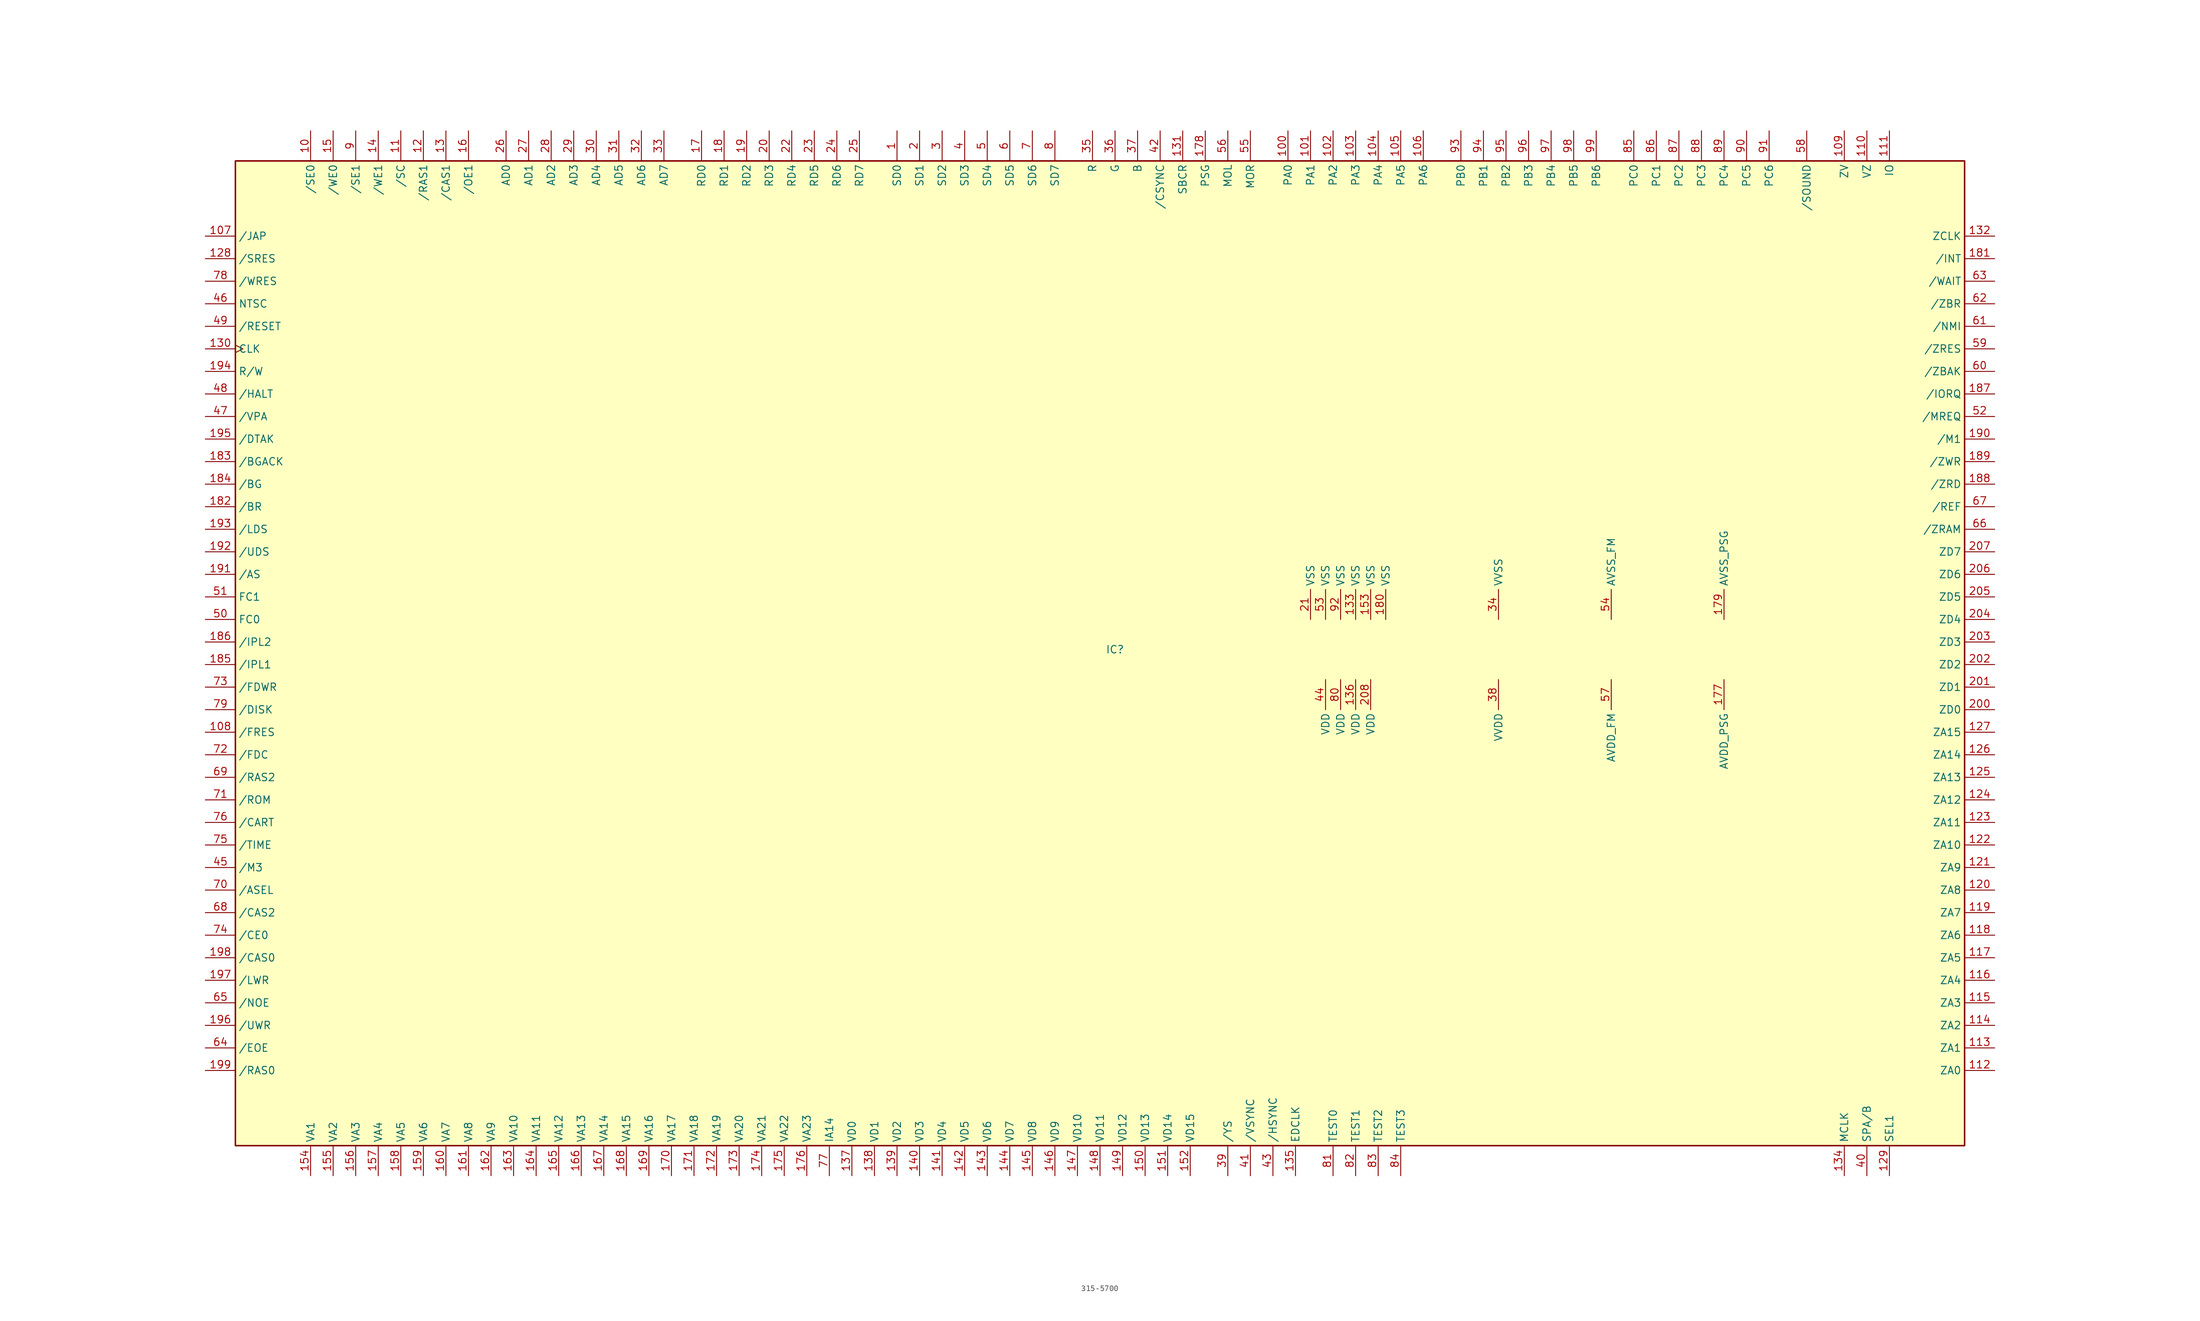
<source format=kicad_sym>
(kicad_symbol_lib
  (version 20241209)
  (generator "kicad_symbol_editor")
  (generator_version "9.0")
  (symbol "315-5700"
    (property "Reference" "IC"
      (at 0 0 0)
      (effects (font (size 1.27 1.27))))
    (property "Value" ""
      (at 0 0 0)
      (effects (font (size 1.27 1.27))))
    (symbol "315-5700_0_1"
      (rectangle (start -148.59 82.55) (end 143.51 -83.82) (stroke (width 0.254) (type default)) (fill (type background))))
    (symbol "315-5700_1_1"
      (pin bidirectional line (at -153.67 69.85 0) (length 5.08) (name "/JAP" (effects (font (size 1.27 1.27)))) (number "107" (effects (font (size 1.27 1.27)))))
      (pin input line (at -153.67 66.04 0) (length 5.08) (name "/SRES" (effects (font (size 1.27 1.27)))) (number "128" (effects (font (size 1.27 1.27)))))
      (pin input line (at -153.67 62.23 0) (length 5.08) (name "/WRES" (effects (font (size 1.27 1.27)))) (number "78" (effects (font (size 1.27 1.27)))))
      (pin input line (at -153.67 58.42 0) (length 5.08) (name "NTSC" (effects (font (size 1.27 1.27)))) (number "46" (effects (font (size 1.27 1.27)))))
      (pin open_collector line (at -153.67 54.61 0) (length 5.08) (name "/RESET" (effects (font (size 1.27 1.27)))) (number "49" (effects (font (size 1.27 1.27)))))
      (pin bidirectional clock (at -153.67 50.8 0) (length 5.08) (name "CLK" (effects (font (size 1.27 1.27)))) (number "130" (effects (font (size 1.27 1.27)))))
      (pin bidirectional line (at -153.67 46.99 0) (length 5.08) (name "R/W" (effects (font (size 1.27 1.27)))) (number "194" (effects (font (size 1.27 1.27)))))
      (pin output line (at -153.67 43.18 0) (length 5.08) (name "/HALT" (effects (font (size 1.27 1.27)))) (number "48" (effects (font (size 1.27 1.27)))))
      (pin output line (at -153.67 39.37 0) (length 5.08) (name "/VPA" (effects (font (size 1.27 1.27)))) (number "47" (effects (font (size 1.27 1.27)))))
      (pin bidirectional line (at -153.67 35.56 0) (length 5.08) (name "/DTAK" (effects (font (size 1.27 1.27)))) (number "195" (effects (font (size 1.27 1.27)))))
      (pin bidirectional line (at -153.67 31.75 0) (length 5.08) (name "/BGACK" (effects (font (size 1.27 1.27)))) (number "183" (effects (font (size 1.27 1.27)))))
      (pin input line (at -153.67 27.94 0) (length 5.08) (name "/BG" (effects (font (size 1.27 1.27)))) (number "184" (effects (font (size 1.27 1.27)))))
      (pin output line (at -153.67 24.13 0) (length 5.08) (name "/BR" (effects (font (size 1.27 1.27)))) (number "182" (effects (font (size 1.27 1.27)))))
      (pin bidirectional line (at -153.67 20.32 0) (length 5.08) (name "/LDS" (effects (font (size 1.27 1.27)))) (number "193" (effects (font (size 1.27 1.27)))))
      (pin bidirectional line (at -153.67 16.51 0) (length 5.08) (name "/UDS" (effects (font (size 1.27 1.27)))) (number "192" (effects (font (size 1.27 1.27)))))
      (pin bidirectional line (at -153.67 12.7 0) (length 5.08) (name "/AS" (effects (font (size 1.27 1.27)))) (number "191" (effects (font (size 1.27 1.27)))))
      (pin input line (at -153.67 8.89 0) (length 5.08) (name "FC1" (effects (font (size 1.27 1.27)))) (number "51" (effects (font (size 1.27 1.27)))))
      (pin input line (at -153.67 5.08 0) (length 5.08) (name "FC0" (effects (font (size 1.27 1.27)))) (number "50" (effects (font (size 1.27 1.27)))))
      (pin input line (at -153.67 1.27 0) (length 5.08) (name "/IPL2" (effects (font (size 1.27 1.27)))) (number "186" (effects (font (size 1.27 1.27)))))
      (pin output line (at -153.67 -2.54 0) (length 5.08) (name "/IPL1" (effects (font (size 1.27 1.27)))) (number "185" (effects (font (size 1.27 1.27)))))
      (pin open_collector line (at -153.67 -6.35 0) (length 5.08) (name "/FDWR" (effects (font (size 1.27 1.27)))) (number "73" (effects (font (size 1.27 1.27)))))
      (pin bidirectional line (at -153.67 -10.16 0) (length 5.08) (name "/DISK" (effects (font (size 1.27 1.27)))) (number "79" (effects (font (size 1.27 1.27)))))
      (pin bidirectional line (at -153.67 -13.97 0) (length 5.08) (name "/FRES" (effects (font (size 1.27 1.27)))) (number "108" (effects (font (size 1.27 1.27)))))
      (pin open_collector line (at -153.67 -17.78 0) (length 5.08) (name "/FDC" (effects (font (size 1.27 1.27)))) (number "72" (effects (font (size 1.27 1.27)))))
      (pin output line (at -153.67 -21.59 0) (length 5.08) (name "/RAS2" (effects (font (size 1.27 1.27)))) (number "69" (effects (font (size 1.27 1.27)))))
      (pin open_collector line (at -153.67 -25.4 0) (length 5.08) (name "/ROM" (effects (font (size 1.27 1.27)))) (number "71" (effects (font (size 1.27 1.27)))))
      (pin input line (at -153.67 -29.21 0) (length 5.08) (name "/CART" (effects (font (size 1.27 1.27)))) (number "76" (effects (font (size 1.27 1.27)))))
      (pin open_collector line (at -153.67 -33.02 0) (length 5.08) (name "/TIME" (effects (font (size 1.27 1.27)))) (number "75" (effects (font (size 1.27 1.27)))))
      (pin input line (at -153.67 -36.83 0) (length 5.08) (name "/M3" (effects (font (size 1.27 1.27)))) (number "45" (effects (font (size 1.27 1.27)))))
      (pin output line (at -153.67 -40.64 0) (length 5.08) (name "/ASEL" (effects (font (size 1.27 1.27)))) (number "70" (effects (font (size 1.27 1.27)))))
      (pin output line (at -153.67 -44.45 0) (length 5.08) (name "/CAS2" (effects (font (size 1.27 1.27)))) (number "68" (effects (font (size 1.27 1.27)))))
      (pin output line (at -153.67 -48.26 0) (length 5.08) (name "/CE0" (effects (font (size 1.27 1.27)))) (number "74" (effects (font (size 1.27 1.27)))))
      (pin bidirectional line (at -153.67 -52.07 0) (length 5.08) (name "/CAS0" (effects (font (size 1.27 1.27)))) (number "198" (effects (font (size 1.27 1.27)))))
      (pin bidirectional line (at -153.67 -55.88 0) (length 5.08) (name "/LWR" (effects (font (size 1.27 1.27)))) (number "197" (effects (font (size 1.27 1.27)))))
      (pin output line (at -153.67 -59.69 0) (length 5.08) (name "/NOE" (effects (font (size 1.27 1.27)))) (number "65" (effects (font (size 1.27 1.27)))))
      (pin output line (at -153.67 -63.5 0) (length 5.08) (name "/UWR" (effects (font (size 1.27 1.27)))) (number "196" (effects (font (size 1.27 1.27)))))
      (pin output line (at -153.67 -67.31 0) (length 5.08) (name "/EOE" (effects (font (size 1.27 1.27)))) (number "64" (effects (font (size 1.27 1.27)))))
      (pin output line (at -153.67 -71.12 0) (length 5.08) (name "/RAS0" (effects (font (size 1.27 1.27)))) (number "199" (effects (font (size 1.27 1.27)))))
      (pin output line (at -135.89 87.63 270) (length 5.08) (name "/SE0" (effects (font (size 1.27 1.27)))) (number "10" (effects (font (size 1.27 1.27)))))
      (pin bidirectional line (at -135.89 -88.9 90) (length 5.08) (name "VA1" (effects (font (size 1.27 1.27)))) (number "154" (effects (font (size 1.27 1.27)))))
      (pin output line (at -132.08 87.63 270) (length 5.08) (name "/WE0" (effects (font (size 1.27 1.27)))) (number "15" (effects (font (size 1.27 1.27)))))
      (pin bidirectional line (at -132.08 -88.9 90) (length 5.08) (name "VA2" (effects (font (size 1.27 1.27)))) (number "155" (effects (font (size 1.27 1.27)))))
      (pin output line (at -128.27 87.63 270) (length 5.08) (name "/SE1" (effects (font (size 1.27 1.27)))) (number "9" (effects (font (size 1.27 1.27)))))
      (pin bidirectional line (at -128.27 -88.9 90) (length 5.08) (name "VA3" (effects (font (size 1.27 1.27)))) (number "156" (effects (font (size 1.27 1.27)))))
      (pin output line (at -124.46 87.63 270) (length 5.08) (name "/WE1" (effects (font (size 1.27 1.27)))) (number "14" (effects (font (size 1.27 1.27)))))
      (pin bidirectional line (at -124.46 -88.9 90) (length 5.08) (name "VA4" (effects (font (size 1.27 1.27)))) (number "157" (effects (font (size 1.27 1.27)))))
      (pin output line (at -120.65 87.63 270) (length 5.08) (name "/SC" (effects (font (size 1.27 1.27)))) (number "11" (effects (font (size 1.27 1.27)))))
      (pin bidirectional line (at -120.65 -88.9 90) (length 5.08) (name "VA5" (effects (font (size 1.27 1.27)))) (number "158" (effects (font (size 1.27 1.27)))))
      (pin output line (at -116.84 87.63 270) (length 5.08) (name "/RAS1" (effects (font (size 1.27 1.27)))) (number "12" (effects (font (size 1.27 1.27)))))
      (pin bidirectional line (at -116.84 -88.9 90) (length 5.08) (name "VA6" (effects (font (size 1.27 1.27)))) (number "159" (effects (font (size 1.27 1.27)))))
      (pin output line (at -113.03 87.63 270) (length 5.08) (name "/CAS1" (effects (font (size 1.27 1.27)))) (number "13" (effects (font (size 1.27 1.27)))))
      (pin bidirectional line (at -113.03 -88.9 90) (length 5.08) (name "VA7" (effects (font (size 1.27 1.27)))) (number "160" (effects (font (size 1.27 1.27)))))
      (pin output line (at -109.22 87.63 270) (length 5.08) (name "/OE1" (effects (font (size 1.27 1.27)))) (number "16" (effects (font (size 1.27 1.27)))))
      (pin bidirectional line (at -109.22 -88.9 90) (length 5.08) (name "VA8" (effects (font (size 1.27 1.27)))) (number "161" (effects (font (size 1.27 1.27)))))
      (pin bidirectional line (at -105.41 -88.9 90) (length 5.08) (name "VA9" (effects (font (size 1.27 1.27)))) (number "162" (effects (font (size 1.27 1.27)))))
      (pin bidirectional line (at -102.87 87.63 270) (length 5.08) (name "AD0" (effects (font (size 1.27 1.27)))) (number "26" (effects (font (size 1.27 1.27)))))
      (pin bidirectional line (at -101.6 -88.9 90) (length 5.08) (name "VA10" (effects (font (size 1.27 1.27)))) (number "163" (effects (font (size 1.27 1.27)))))
      (pin bidirectional line (at -99.06 87.63 270) (length 5.08) (name "AD1" (effects (font (size 1.27 1.27)))) (number "27" (effects (font (size 1.27 1.27)))))
      (pin bidirectional line (at -97.79 -88.9 90) (length 5.08) (name "VA11" (effects (font (size 1.27 1.27)))) (number "164" (effects (font (size 1.27 1.27)))))
      (pin bidirectional line (at -95.25 87.63 270) (length 5.08) (name "AD2" (effects (font (size 1.27 1.27)))) (number "28" (effects (font (size 1.27 1.27)))))
      (pin bidirectional line (at -93.98 -88.9 90) (length 5.08) (name "VA12" (effects (font (size 1.27 1.27)))) (number "165" (effects (font (size 1.27 1.27)))))
      (pin bidirectional line (at -91.44 87.63 270) (length 5.08) (name "AD3" (effects (font (size 1.27 1.27)))) (number "29" (effects (font (size 1.27 1.27)))))
      (pin bidirectional line (at -90.17 -88.9 90) (length 5.08) (name "VA13" (effects (font (size 1.27 1.27)))) (number "166" (effects (font (size 1.27 1.27)))))
      (pin bidirectional line (at -87.63 87.63 270) (length 5.08) (name "AD4" (effects (font (size 1.27 1.27)))) (number "30" (effects (font (size 1.27 1.27)))))
      (pin bidirectional line (at -86.36 -88.9 90) (length 5.08) (name "VA14" (effects (font (size 1.27 1.27)))) (number "167" (effects (font (size 1.27 1.27)))))
      (pin bidirectional line (at -83.82 87.63 270) (length 5.08) (name "AD5" (effects (font (size 1.27 1.27)))) (number "31" (effects (font (size 1.27 1.27)))))
      (pin bidirectional line (at -82.55 -88.9 90) (length 5.08) (name "VA15" (effects (font (size 1.27 1.27)))) (number "168" (effects (font (size 1.27 1.27)))))
      (pin bidirectional line (at -80.01 87.63 270) (length 5.08) (name "AD6" (effects (font (size 1.27 1.27)))) (number "32" (effects (font (size 1.27 1.27)))))
      (pin bidirectional line (at -78.74 -88.9 90) (length 5.08) (name "VA16" (effects (font (size 1.27 1.27)))) (number "169" (effects (font (size 1.27 1.27)))))
      (pin bidirectional line (at -76.2 87.63 270) (length 5.08) (name "AD7" (effects (font (size 1.27 1.27)))) (number "33" (effects (font (size 1.27 1.27)))))
      (pin bidirectional line (at -74.93 -88.9 90) (length 5.08) (name "VA17" (effects (font (size 1.27 1.27)))) (number "170" (effects (font (size 1.27 1.27)))))
      (pin bidirectional line (at -71.12 -88.9 90) (length 5.08) (name "VA18" (effects (font (size 1.27 1.27)))) (number "171" (effects (font (size 1.27 1.27)))))
      (pin bidirectional line (at -69.85 87.63 270) (length 5.08) (name "RD0" (effects (font (size 1.27 1.27)))) (number "17" (effects (font (size 1.27 1.27)))))
      (pin bidirectional line (at -67.31 -88.9 90) (length 5.08) (name "VA19" (effects (font (size 1.27 1.27)))) (number "172" (effects (font (size 1.27 1.27)))))
      (pin bidirectional line (at -66.04 87.63 270) (length 5.08) (name "RD1" (effects (font (size 1.27 1.27)))) (number "18" (effects (font (size 1.27 1.27)))))
      (pin bidirectional line (at -63.5 -88.9 90) (length 5.08) (name "VA20" (effects (font (size 1.27 1.27)))) (number "173" (effects (font (size 1.27 1.27)))))
      (pin bidirectional line (at -62.23 87.63 270) (length 5.08) (name "RD2" (effects (font (size 1.27 1.27)))) (number "19" (effects (font (size 1.27 1.27)))))
      (pin bidirectional line (at -59.69 -88.9 90) (length 5.08) (name "VA21" (effects (font (size 1.27 1.27)))) (number "174" (effects (font (size 1.27 1.27)))))
      (pin bidirectional line (at -58.42 87.63 270) (length 5.08) (name "RD3" (effects (font (size 1.27 1.27)))) (number "20" (effects (font (size 1.27 1.27)))))
      (pin bidirectional line (at -55.88 -88.9 90) (length 5.08) (name "VA22" (effects (font (size 1.27 1.27)))) (number "175" (effects (font (size 1.27 1.27)))))
      (pin bidirectional line (at -54.61 87.63 270) (length 5.08) (name "RD4" (effects (font (size 1.27 1.27)))) (number "22" (effects (font (size 1.27 1.27)))))
      (pin bidirectional line (at -52.07 -88.9 90) (length 5.08) (name "VA23" (effects (font (size 1.27 1.27)))) (number "176" (effects (font (size 1.27 1.27)))))
      (pin bidirectional line (at -50.8 87.63 270) (length 5.08) (name "RD5" (effects (font (size 1.27 1.27)))) (number "23" (effects (font (size 1.27 1.27)))))
      (pin output line (at -48.26 -88.9 90) (length 5.08) (name "IA14" (effects (font (size 1.27 1.27)))) (number "77" (effects (font (size 1.27 1.27)))))
      (pin bidirectional line (at -46.99 87.63 270) (length 5.08) (name "RD6" (effects (font (size 1.27 1.27)))) (number "24" (effects (font (size 1.27 1.27)))))
      (pin bidirectional line (at -44.45 -88.9 90) (length 5.08) (name "VD0" (effects (font (size 1.27 1.27)))) (number "137" (effects (font (size 1.27 1.27)))))
      (pin bidirectional line (at -43.18 87.63 270) (length 5.08) (name "RD7" (effects (font (size 1.27 1.27)))) (number "25" (effects (font (size 1.27 1.27)))))
      (pin bidirectional line (at -40.64 -88.9 90) (length 5.08) (name "VD1" (effects (font (size 1.27 1.27)))) (number "138" (effects (font (size 1.27 1.27)))))
      (pin input line (at -36.83 87.63 270) (length 5.08) (name "SD0" (effects (font (size 1.27 1.27)))) (number "1" (effects (font (size 1.27 1.27)))))
      (pin bidirectional line (at -36.83 -88.9 90) (length 5.08) (name "VD2" (effects (font (size 1.27 1.27)))) (number "139" (effects (font (size 1.27 1.27)))))
      (pin input line (at -33.02 87.63 270) (length 5.08) (name "SD1" (effects (font (size 1.27 1.27)))) (number "2" (effects (font (size 1.27 1.27)))))
      (pin bidirectional line (at -33.02 -88.9 90) (length 5.08) (name "VD3" (effects (font (size 1.27 1.27)))) (number "140" (effects (font (size 1.27 1.27)))))
      (pin input line (at -29.21 87.63 270) (length 5.08) (name "SD2" (effects (font (size 1.27 1.27)))) (number "3" (effects (font (size 1.27 1.27)))))
      (pin bidirectional line (at -29.21 -88.9 90) (length 5.08) (name "VD4" (effects (font (size 1.27 1.27)))) (number "141" (effects (font (size 1.27 1.27)))))
      (pin input line (at -25.4 87.63 270) (length 5.08) (name "SD3" (effects (font (size 1.27 1.27)))) (number "4" (effects (font (size 1.27 1.27)))))
      (pin bidirectional line (at -25.4 -88.9 90) (length 5.08) (name "VD5" (effects (font (size 1.27 1.27)))) (number "142" (effects (font (size 1.27 1.27)))))
      (pin input line (at -21.59 87.63 270) (length 5.08) (name "SD4" (effects (font (size 1.27 1.27)))) (number "5" (effects (font (size 1.27 1.27)))))
      (pin bidirectional line (at -21.59 -88.9 90) (length 5.08) (name "VD6" (effects (font (size 1.27 1.27)))) (number "143" (effects (font (size 1.27 1.27)))))
      (pin input line (at -17.78 87.63 270) (length 5.08) (name "SD5" (effects (font (size 1.27 1.27)))) (number "6" (effects (font (size 1.27 1.27)))))
      (pin bidirectional line (at -17.78 -88.9 90) (length 5.08) (name "VD7" (effects (font (size 1.27 1.27)))) (number "144" (effects (font (size 1.27 1.27)))))
      (pin input line (at -13.97 87.63 270) (length 5.08) (name "SD6" (effects (font (size 1.27 1.27)))) (number "7" (effects (font (size 1.27 1.27)))))
      (pin bidirectional line (at -13.97 -88.9 90) (length 5.08) (name "VD8" (effects (font (size 1.27 1.27)))) (number "145" (effects (font (size 1.27 1.27)))))
      (pin input line (at -10.16 87.63 270) (length 5.08) (name "SD7" (effects (font (size 1.27 1.27)))) (number "8" (effects (font (size 1.27 1.27)))))
      (pin bidirectional line (at -10.16 -88.9 90) (length 5.08) (name "VD9" (effects (font (size 1.27 1.27)))) (number "146" (effects (font (size 1.27 1.27)))))
      (pin bidirectional line (at -6.35 -88.9 90) (length 5.08) (name "VD10" (effects (font (size 1.27 1.27)))) (number "147" (effects (font (size 1.27 1.27)))))
      (pin output line (at -3.81 87.63 270) (length 5.08) (name "R" (effects (font (size 1.27 1.27)))) (number "35" (effects (font (size 1.27 1.27)))))
      (pin bidirectional line (at -2.54 -88.9 90) (length 5.08) (name "VD11" (effects (font (size 1.27 1.27)))) (number "148" (effects (font (size 1.27 1.27)))))
      (pin output line (at 0 87.63 270) (length 5.08) (name "G" (effects (font (size 1.27 1.27)))) (number "36" (effects (font (size 1.27 1.27)))))
      (pin bidirectional line (at 1.27 -88.9 90) (length 5.08) (name "VD12" (effects (font (size 1.27 1.27)))) (number "149" (effects (font (size 1.27 1.27)))))
      (pin output line (at 3.81 87.63 270) (length 5.08) (name "B" (effects (font (size 1.27 1.27)))) (number "37" (effects (font (size 1.27 1.27)))))
      (pin bidirectional line (at 5.08 -88.9 90) (length 5.08) (name "VD13" (effects (font (size 1.27 1.27)))) (number "150" (effects (font (size 1.27 1.27)))))
      (pin bidirectional line (at 7.62 87.63 270) (length 5.08) (name "/CSYNC" (effects (font (size 1.27 1.27)))) (number "42" (effects (font (size 1.27 1.27)))))
      (pin bidirectional line (at 8.89 -88.9 90) (length 5.08) (name "VD14" (effects (font (size 1.27 1.27)))) (number "151" (effects (font (size 1.27 1.27)))))
      (pin output line (at 11.43 87.63 270) (length 5.08) (name "SBCR" (effects (font (size 1.27 1.27)))) (number "131" (effects (font (size 1.27 1.27)))))
      (pin bidirectional line (at 12.7 -88.9 90) (length 5.08) (name "VD15" (effects (font (size 1.27 1.27)))) (number "152" (effects (font (size 1.27 1.27)))))
      (pin output line (at 15.24 87.63 270) (length 5.08) (name "PSG" (effects (font (size 1.27 1.27)))) (number "178" (effects (font (size 1.27 1.27)))))
      (pin output line (at 19.05 87.63 270) (length 5.08) (name "MOL" (effects (font (size 1.27 1.27)))) (number "56" (effects (font (size 1.27 1.27)))))
      (pin output line (at 19.05 -88.9 90) (length 5.08) (name "/YS" (effects (font (size 1.27 1.27)))) (number "39" (effects (font (size 1.27 1.27)))))
      (pin output line (at 22.86 87.63 270) (length 5.08) (name "MOR" (effects (font (size 1.27 1.27)))) (number "55" (effects (font (size 1.27 1.27)))))
      (pin output line (at 22.86 -88.9 90) (length 5.08) (name "/VSYNC" (effects (font (size 1.27 1.27)))) (number "41" (effects (font (size 1.27 1.27)))))
      (pin bidirectional line (at 26.67 -88.9 90) (length 5.08) (name "/HSYNC" (effects (font (size 1.27 1.27)))) (number "43" (effects (font (size 1.27 1.27)))))
      (pin bidirectional line (at 29.21 87.63 270) (length 5.08) (name "PA0" (effects (font (size 1.27 1.27)))) (number "100" (effects (font (size 1.27 1.27)))))
      (pin bidirectional line (at 30.48 -88.9 90) (length 5.08) (name "EDCLK" (effects (font (size 1.27 1.27)))) (number "135" (effects (font (size 1.27 1.27)))))
      (pin bidirectional line (at 33.02 87.63 270) (length 5.08) (name "PA1" (effects (font (size 1.27 1.27)))) (number "101" (effects (font (size 1.27 1.27)))))
      (pin power_in line (at 33.02 5.08 90) (length 5.08) (name "VSS" (effects (font (size 1.27 1.27)))) (number "21" (effects (font (size 1.27 1.27)))))
      (pin power_in line (at 35.56 5.08 90) (length 5.08) (name "VSS" (effects (font (size 1.27 1.27)))) (number "53" (effects (font (size 1.27 1.27)))))
      (pin power_in line (at 35.56 -5.08 270) (length 5.08) (name "VDD" (effects (font (size 1.27 1.27)))) (number "44" (effects (font (size 1.27 1.27)))))
      (pin bidirectional line (at 36.83 87.63 270) (length 5.08) (name "PA2" (effects (font (size 1.27 1.27)))) (number "102" (effects (font (size 1.27 1.27)))))
      (pin bidirectional line (at 36.83 -88.9 90) (length 5.08) (name "TEST0" (effects (font (size 1.27 1.27)))) (number "81" (effects (font (size 1.27 1.27)))))
      (pin power_in line (at 38.1 5.08 90) (length 5.08) (name "VSS" (effects (font (size 1.27 1.27)))) (number "92" (effects (font (size 1.27 1.27)))))
      (pin power_in line (at 38.1 -5.08 270) (length 5.08) (name "VDD" (effects (font (size 1.27 1.27)))) (number "80" (effects (font (size 1.27 1.27)))))
      (pin bidirectional line (at 40.64 87.63 270) (length 5.08) (name "PA3" (effects (font (size 1.27 1.27)))) (number "103" (effects (font (size 1.27 1.27)))))
      (pin power_in line (at 40.64 5.08 90) (length 5.08) (name "VSS" (effects (font (size 1.27 1.27)))) (number "133" (effects (font (size 1.27 1.27)))))
      (pin power_in line (at 40.64 -5.08 270) (length 5.08) (name "VDD" (effects (font (size 1.27 1.27)))) (number "136" (effects (font (size 1.27 1.27)))))
      (pin input line (at 40.64 -88.9 90) (length 5.08) (name "TEST1" (effects (font (size 1.27 1.27)))) (number "82" (effects (font (size 1.27 1.27)))))
      (pin power_in line (at 43.18 5.08 90) (length 5.08) (name "VSS" (effects (font (size 1.27 1.27)))) (number "153" (effects (font (size 1.27 1.27)))))
      (pin power_in line (at 43.18 -5.08 270) (length 5.08) (name "VDD" (effects (font (size 1.27 1.27)))) (number "208" (effects (font (size 1.27 1.27)))))
      (pin bidirectional line (at 44.45 87.63 270) (length 5.08) (name "PA4" (effects (font (size 1.27 1.27)))) (number "104" (effects (font (size 1.27 1.27)))))
      (pin input line (at 44.45 -88.9 90) (length 5.08) (name "TEST2" (effects (font (size 1.27 1.27)))) (number "83" (effects (font (size 1.27 1.27)))))
      (pin power_in line (at 45.72 5.08 90) (length 5.08) (name "VSS" (effects (font (size 1.27 1.27)))) (number "180" (effects (font (size 1.27 1.27)))))
      (pin bidirectional line (at 48.26 87.63 270) (length 5.08) (name "PA5" (effects (font (size 1.27 1.27)))) (number "105" (effects (font (size 1.27 1.27)))))
      (pin input line (at 48.26 -88.9 90) (length 5.08) (name "TEST3" (effects (font (size 1.27 1.27)))) (number "84" (effects (font (size 1.27 1.27)))))
      (pin bidirectional line (at 52.07 87.63 270) (length 5.08) (name "PA6" (effects (font (size 1.27 1.27)))) (number "106" (effects (font (size 1.27 1.27)))))
      (pin bidirectional line (at 58.42 87.63 270) (length 5.08) (name "PB0" (effects (font (size 1.27 1.27)))) (number "93" (effects (font (size 1.27 1.27)))))
      (pin bidirectional line (at 62.23 87.63 270) (length 5.08) (name "PB1" (effects (font (size 1.27 1.27)))) (number "94" (effects (font (size 1.27 1.27)))))
      (pin power_in line (at 64.77 5.08 90) (length 5.08) (name "VVSS" (effects (font (size 1.27 1.27)))) (number "34" (effects (font (size 1.27 1.27)))))
      (pin power_in line (at 64.77 -5.08 270) (length 5.08) (name "VVDD" (effects (font (size 1.27 1.27)))) (number "38" (effects (font (size 1.27 1.27)))))
      (pin bidirectional line (at 66.04 87.63 270) (length 5.08) (name "PB2" (effects (font (size 1.27 1.27)))) (number "95" (effects (font (size 1.27 1.27)))))
      (pin bidirectional line (at 69.85 87.63 270) (length 5.08) (name "PB3" (effects (font (size 1.27 1.27)))) (number "96" (effects (font (size 1.27 1.27)))))
      (pin bidirectional line (at 73.66 87.63 270) (length 5.08) (name "PB4" (effects (font (size 1.27 1.27)))) (number "97" (effects (font (size 1.27 1.27)))))
      (pin bidirectional line (at 77.47 87.63 270) (length 5.08) (name "PB5" (effects (font (size 1.27 1.27)))) (number "98" (effects (font (size 1.27 1.27)))))
      (pin bidirectional line (at 81.28 87.63 270) (length 5.08) (name "PB6" (effects (font (size 1.27 1.27)))) (number "99" (effects (font (size 1.27 1.27)))))
      (pin power_in line (at 83.82 5.08 90) (length 5.08) (name "AVSS_FM" (effects (font (size 1.27 1.27)))) (number "54" (effects (font (size 1.27 1.27)))))
      (pin power_in line (at 83.82 -5.08 270) (length 5.08) (name "AVDD_FM" (effects (font (size 1.27 1.27)))) (number "57" (effects (font (size 1.27 1.27)))))
      (pin bidirectional line (at 87.63 87.63 270) (length 5.08) (name "PC0" (effects (font (size 1.27 1.27)))) (number "85" (effects (font (size 1.27 1.27)))))
      (pin bidirectional line (at 91.44 87.63 270) (length 5.08) (name "PC1" (effects (font (size 1.27 1.27)))) (number "86" (effects (font (size 1.27 1.27)))))
      (pin bidirectional line (at 95.25 87.63 270) (length 5.08) (name "PC2" (effects (font (size 1.27 1.27)))) (number "87" (effects (font (size 1.27 1.27)))))
      (pin bidirectional line (at 99.06 87.63 270) (length 5.08) (name "PC3" (effects (font (size 1.27 1.27)))) (number "88" (effects (font (size 1.27 1.27)))))
      (pin bidirectional line (at 102.87 87.63 270) (length 5.08) (name "PC4" (effects (font (size 1.27 1.27)))) (number "89" (effects (font (size 1.27 1.27)))))
      (pin power_in line (at 102.87 5.08 90) (length 5.08) (name "AVSS_PSG" (effects (font (size 1.27 1.27)))) (number "179" (effects (font (size 1.27 1.27)))))
      (pin power_in line (at 102.87 -5.08 270) (length 5.08) (name "AVDD_PSG" (effects (font (size 1.27 1.27)))) (number "177" (effects (font (size 1.27 1.27)))))
      (pin bidirectional line (at 106.68 87.63 270) (length 5.08) (name "PC5" (effects (font (size 1.27 1.27)))) (number "90" (effects (font (size 1.27 1.27)))))
      (pin bidirectional line (at 110.49 87.63 270) (length 5.08) (name "PC6" (effects (font (size 1.27 1.27)))) (number "91" (effects (font (size 1.27 1.27)))))
      (pin bidirectional line (at 116.84 87.63 270) (length 5.08) (name "/SOUND" (effects (font (size 1.27 1.27)))) (number "58" (effects (font (size 1.27 1.27)))))
      (pin bidirectional line (at 123.19 87.63 270) (length 5.08) (name "ZV" (effects (font (size 1.27 1.27)))) (number "109" (effects (font (size 1.27 1.27)))))
      (pin input line (at 123.19 -88.9 90) (length 5.08) (name "MCLK" (effects (font (size 1.27 1.27)))) (number "134" (effects (font (size 1.27 1.27)))))
      (pin bidirectional line (at 127 87.63 270) (length 5.08) (name "VZ" (effects (font (size 1.27 1.27)))) (number "110" (effects (font (size 1.27 1.27)))))
      (pin bidirectional line (at 127 -88.9 90) (length 5.08) (name "SPA/B" (effects (font (size 1.27 1.27)))) (number "40" (effects (font (size 1.27 1.27)))))
      (pin bidirectional line (at 130.81 87.63 270) (length 5.08) (name "IO" (effects (font (size 1.27 1.27)))) (number "111" (effects (font (size 1.27 1.27)))))
      (pin output line (at 130.81 -88.9 90) (length 5.08) (name "SEL1" (effects (font (size 1.27 1.27)))) (number "129" (effects (font (size 1.27 1.27)))))
      (pin bidirectional line (at 148.59 69.85 180) (length 5.08) (name "ZCLK" (effects (font (size 1.27 1.27)))) (number "132" (effects (font (size 1.27 1.27)))))
      (pin output line (at 148.59 66.04 180) (length 5.08) (name "/INT" (effects (font (size 1.27 1.27)))) (number "181" (effects (font (size 1.27 1.27)))))
      (pin bidirectional line (at 148.59 62.23 180) (length 5.08) (name "/WAIT" (effects (font (size 1.27 1.27)))) (number "63" (effects (font (size 1.27 1.27)))))
      (pin bidirectional line (at 148.59 58.42 180) (length 5.08) (name "/ZBR" (effects (font (size 1.27 1.27)))) (number "62" (effects (font (size 1.27 1.27)))))
      (pin bidirectional line (at 148.59 54.61 180) (length 5.08) (name "/NMI" (effects (font (size 1.27 1.27)))) (number "61" (effects (font (size 1.27 1.27)))))
      (pin bidirectional line (at 148.59 50.8 180) (length 5.08) (name "/ZRES" (effects (font (size 1.27 1.27)))) (number "59" (effects (font (size 1.27 1.27)))))
      (pin input line (at 148.59 46.99 180) (length 5.08) (name "/ZBAK" (effects (font (size 1.27 1.27)))) (number "60" (effects (font (size 1.27 1.27)))))
      (pin output line (at 148.59 43.18 180) (length 5.08) (name "/IORQ" (effects (font (size 1.27 1.27)))) (number "187" (effects (font (size 1.27 1.27)))))
      (pin bidirectional line (at 148.59 39.37 180) (length 5.08) (name "/MREQ" (effects (font (size 1.27 1.27)))) (number "52" (effects (font (size 1.27 1.27)))))
      (pin input line (at 148.59 35.56 180) (length 5.08) (name "/M1" (effects (font (size 1.27 1.27)))) (number "190" (effects (font (size 1.27 1.27)))))
      (pin bidirectional line (at 148.59 31.75 180) (length 5.08) (name "/ZWR" (effects (font (size 1.27 1.27)))) (number "189" (effects (font (size 1.27 1.27)))))
      (pin input line (at 148.59 27.94 180) (length 5.08) (name "/ZRD" (effects (font (size 1.27 1.27)))) (number "188" (effects (font (size 1.27 1.27)))))
      (pin output line (at 148.59 24.13 180) (length 5.08) (name "/REF" (effects (font (size 1.27 1.27)))) (number "67" (effects (font (size 1.27 1.27)))))
      (pin output line (at 148.59 20.32 180) (length 5.08) (name "/ZRAM" (effects (font (size 1.27 1.27)))) (number "66" (effects (font (size 1.27 1.27)))))
      (pin bidirectional line (at 148.59 16.51 180) (length 5.08) (name "ZD7" (effects (font (size 1.27 1.27)))) (number "207" (effects (font (size 1.27 1.27)))))
      (pin bidirectional line (at 148.59 12.7 180) (length 5.08) (name "ZD6" (effects (font (size 1.27 1.27)))) (number "206" (effects (font (size 1.27 1.27)))))
      (pin bidirectional line (at 148.59 8.89 180) (length 5.08) (name "ZD5" (effects (font (size 1.27 1.27)))) (number "205" (effects (font (size 1.27 1.27)))))
      (pin bidirectional line (at 148.59 5.08 180) (length 5.08) (name "ZD4" (effects (font (size 1.27 1.27)))) (number "204" (effects (font (size 1.27 1.27)))))
      (pin bidirectional line (at 148.59 1.27 180) (length 5.08) (name "ZD3" (effects (font (size 1.27 1.27)))) (number "203" (effects (font (size 1.27 1.27)))))
      (pin bidirectional line (at 148.59 -2.54 180) (length 5.08) (name "ZD2" (effects (font (size 1.27 1.27)))) (number "202" (effects (font (size 1.27 1.27)))))
      (pin bidirectional line (at 148.59 -6.35 180) (length 5.08) (name "ZD1" (effects (font (size 1.27 1.27)))) (number "201" (effects (font (size 1.27 1.27)))))
      (pin bidirectional line (at 148.59 -10.16 180) (length 5.08) (name "ZD0" (effects (font (size 1.27 1.27)))) (number "200" (effects (font (size 1.27 1.27)))))
      (pin bidirectional line (at 148.59 -13.97 180) (length 5.08) (name "ZA15" (effects (font (size 1.27 1.27)))) (number "127" (effects (font (size 1.27 1.27)))))
      (pin bidirectional line (at 148.59 -17.78 180) (length 5.08) (name "ZA14" (effects (font (size 1.27 1.27)))) (number "126" (effects (font (size 1.27 1.27)))))
      (pin bidirectional line (at 148.59 -21.59 180) (length 5.08) (name "ZA13" (effects (font (size 1.27 1.27)))) (number "125" (effects (font (size 1.27 1.27)))))
      (pin bidirectional line (at 148.59 -25.4 180) (length 5.08) (name "ZA12" (effects (font (size 1.27 1.27)))) (number "124" (effects (font (size 1.27 1.27)))))
      (pin bidirectional line (at 148.59 -29.21 180) (length 5.08) (name "ZA11" (effects (font (size 1.27 1.27)))) (number "123" (effects (font (size 1.27 1.27)))))
      (pin bidirectional line (at 148.59 -33.02 180) (length 5.08) (name "ZA10" (effects (font (size 1.27 1.27)))) (number "122" (effects (font (size 1.27 1.27)))))
      (pin bidirectional line (at 148.59 -36.83 180) (length 5.08) (name "ZA9" (effects (font (size 1.27 1.27)))) (number "121" (effects (font (size 1.27 1.27)))))
      (pin bidirectional line (at 148.59 -40.64 180) (length 5.08) (name "ZA8" (effects (font (size 1.27 1.27)))) (number "120" (effects (font (size 1.27 1.27)))))
      (pin bidirectional line (at 148.59 -44.45 180) (length 5.08) (name "ZA7" (effects (font (size 1.27 1.27)))) (number "119" (effects (font (size 1.27 1.27)))))
      (pin bidirectional line (at 148.59 -48.26 180) (length 5.08) (name "ZA6" (effects (font (size 1.27 1.27)))) (number "118" (effects (font (size 1.27 1.27)))))
      (pin bidirectional line (at 148.59 -52.07 180) (length 5.08) (name "ZA5" (effects (font (size 1.27 1.27)))) (number "117" (effects (font (size 1.27 1.27)))))
      (pin bidirectional line (at 148.59 -55.88 180) (length 5.08) (name "ZA4" (effects (font (size 1.27 1.27)))) (number "116" (effects (font (size 1.27 1.27)))))
      (pin bidirectional line (at 148.59 -59.69 180) (length 5.08) (name "ZA3" (effects (font (size 1.27 1.27)))) (number "115" (effects (font (size 1.27 1.27)))))
      (pin bidirectional line (at 148.59 -63.5 180) (length 5.08) (name "ZA2" (effects (font (size 1.27 1.27)))) (number "114" (effects (font (size 1.27 1.27)))))
      (pin bidirectional line (at 148.59 -67.31 180) (length 5.08) (name "ZA1" (effects (font (size 1.27 1.27)))) (number "113" (effects (font (size 1.27 1.27)))))
      (pin bidirectional line (at 148.59 -71.12 180) (length 5.08) (name "ZA0" (effects (font (size 1.27 1.27)))) (number "112" (effects (font (size 1.27 1.27))))))))
</source>
